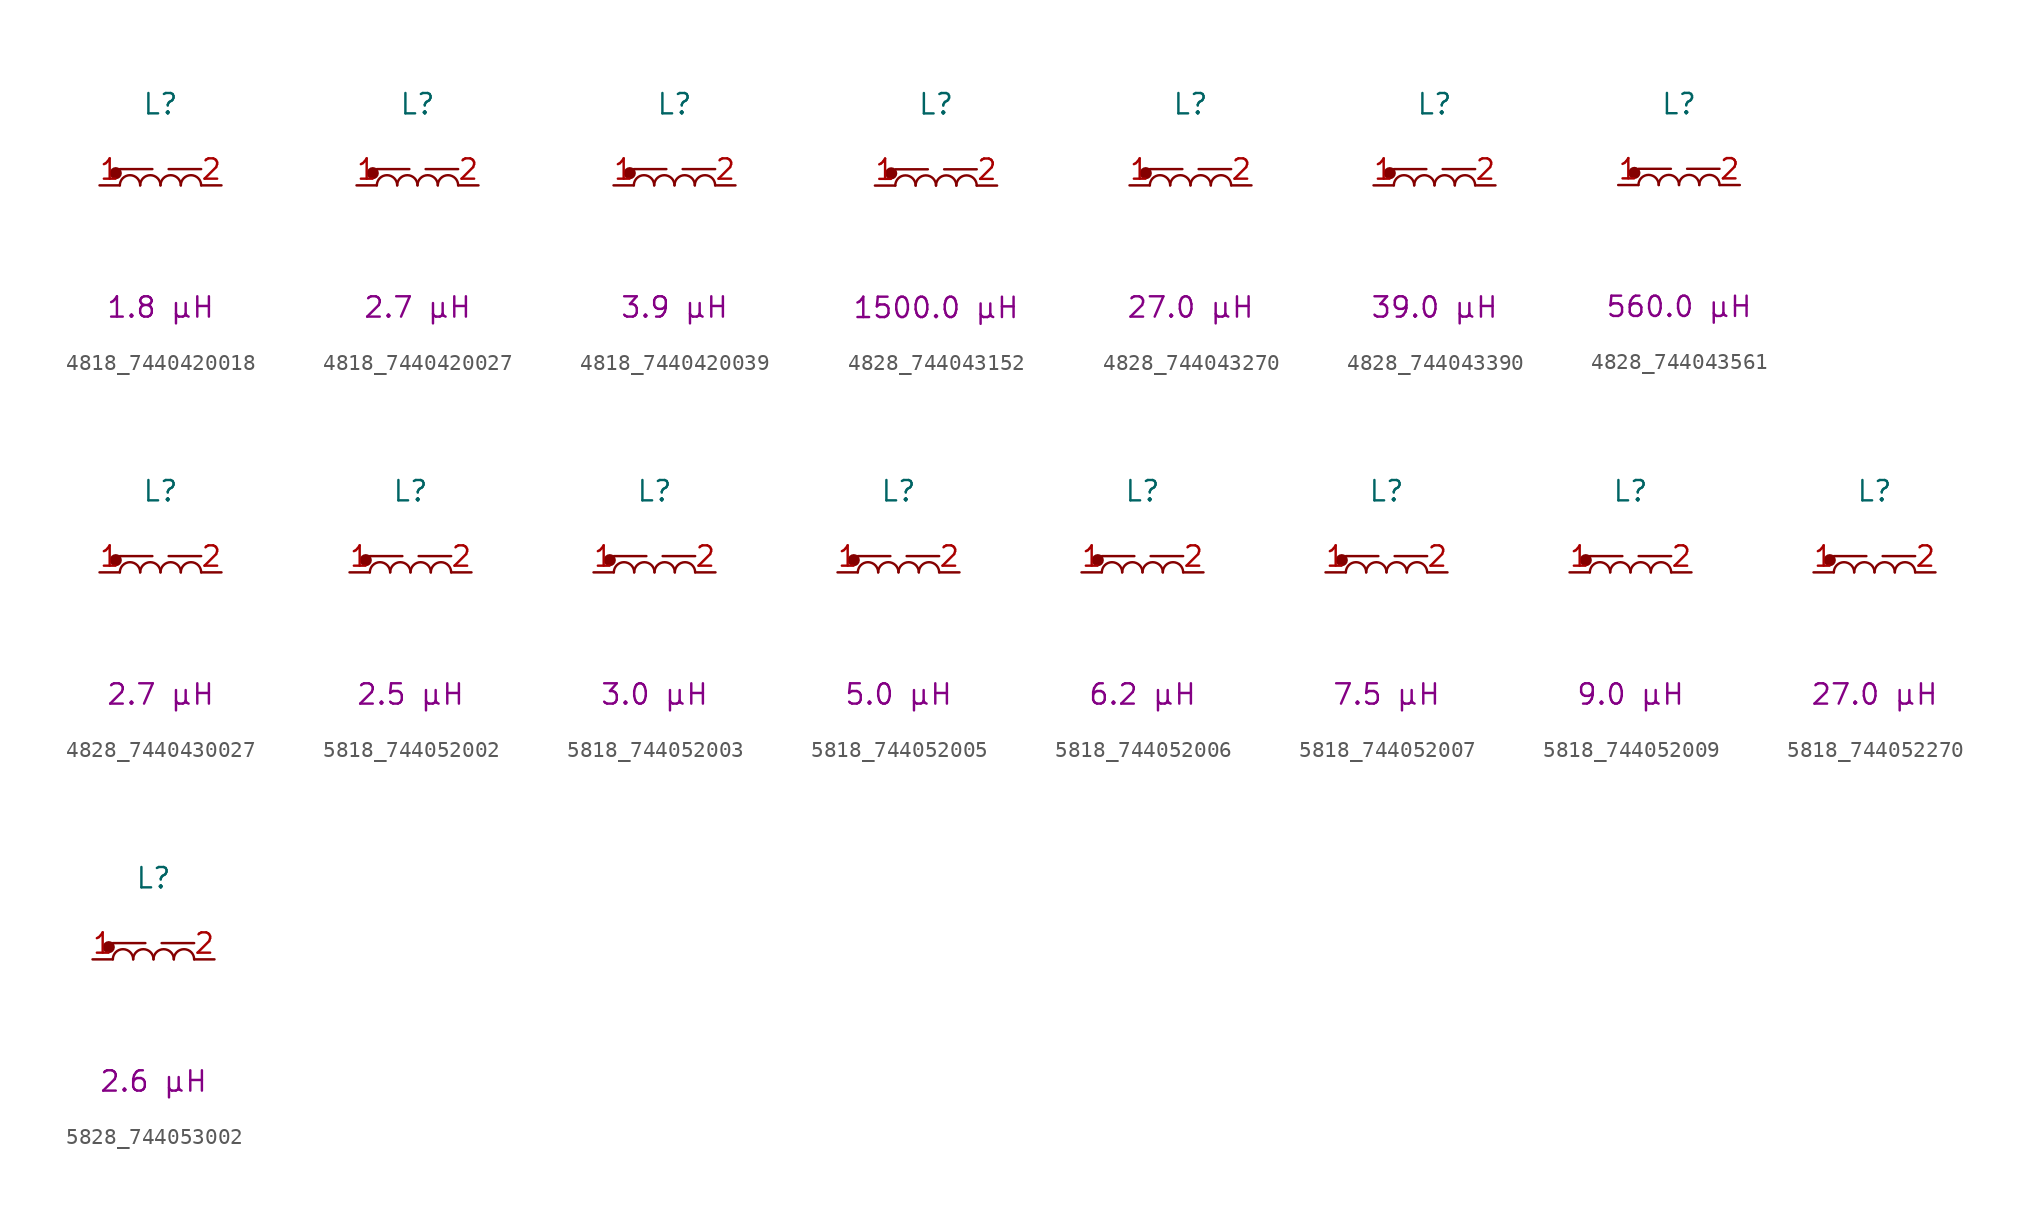
<source format=kicad_sym>
(kicad_symbol_lib
  (version 20220914)
  (generator kicad_symbol_editor)
  (symbol "4818_7440420018"
    (pin_names hide)
    (property "Reference" "L"
      (at 0 5.08 0)
      (effects (font (size 1.27 1.27))))
    (property "Critical Parameter" "1.8 µH"
      (at 0 -7.62 0)
      (effects (font (size 1.27 1.27))))
    (symbol "4818_7440420018_0_1"
      (arc (start -1.27 0) (mid -1.905 0.6323) (end -2.54 0) (stroke (width 0) (type default)) (fill (type none)))
      (arc (start 0 0) (mid -0.635 0.6323) (end -1.27 0) (stroke (width 0) (type default)) (fill (type none)))
      (polyline (pts (xy -2.54 1.016) (xy -0.508 1.016)) (stroke (width 0) (type default)) (fill (type none)))
      (arc (start 1.27 0) (mid 0.635 0.6323) (end 0 0) (stroke (width 0) (type default)) (fill (type none)))
      (arc (start 2.54 0) (mid 1.905 0.6323) (end 1.27 0) (stroke (width 0) (type default)) (fill (type none))))
    (symbol "4818_7440420018_1_1"
      (circle (center -2.794 0.762) (radius 0.0001) (stroke (width 0.381) (type default)) (fill (type none)))
      (polyline (pts (xy 2.54 1.016) (xy 0.508 1.016)) (stroke (width 0) (type default)) (fill (type none)))
      (pin passive line (at -3.81 0 0) (length 1.27) (name "1" (effects (font (size 1.27 1.27)))) (number "1" (effects (font (size 1.27 1.27)))))
      (pin passive line (at 3.81 0 180) (length 1.27) (name "2" (effects (font (size 1.27 1.27)))) (number "2" (effects (font (size 1.27 1.27)))))))
  (symbol "4818_7440420027"
    (pin_names hide)
    (property "Reference" "L"
      (at 0 5.08 0)
      (effects (font (size 1.27 1.27))))
    (property "Critical Parameter" "2.7 µH"
      (at 0 -7.62 0)
      (effects (font (size 1.27 1.27))))
    (symbol "4818_7440420027_0_1"
      (arc (start -1.27 0) (mid -1.905 0.6323) (end -2.54 0) (stroke (width 0) (type default)) (fill (type none)))
      (arc (start 0 0) (mid -0.635 0.6323) (end -1.27 0) (stroke (width 0) (type default)) (fill (type none)))
      (polyline (pts (xy -2.54 1.016) (xy -0.508 1.016)) (stroke (width 0) (type default)) (fill (type none)))
      (arc (start 1.27 0) (mid 0.635 0.6323) (end 0 0) (stroke (width 0) (type default)) (fill (type none)))
      (arc (start 2.54 0) (mid 1.905 0.6323) (end 1.27 0) (stroke (width 0) (type default)) (fill (type none))))
    (symbol "4818_7440420027_1_1"
      (circle (center -2.794 0.762) (radius 0.0001) (stroke (width 0.381) (type default)) (fill (type none)))
      (polyline (pts (xy 2.54 1.016) (xy 0.508 1.016)) (stroke (width 0) (type default)) (fill (type none)))
      (pin passive line (at -3.81 0 0) (length 1.27) (name "1" (effects (font (size 1.27 1.27)))) (number "1" (effects (font (size 1.27 1.27)))))
      (pin passive line (at 3.81 0 180) (length 1.27) (name "2" (effects (font (size 1.27 1.27)))) (number "2" (effects (font (size 1.27 1.27)))))))
  (symbol "4818_7440420039"
    (pin_names hide)
    (property "Reference" "L"
      (at 0 5.08 0)
      (effects (font (size 1.27 1.27))))
    (property "Critical Parameter" "3.9 µH"
      (at 0 -7.62 0)
      (effects (font (size 1.27 1.27))))
    (symbol "4818_7440420039_0_1"
      (arc (start -1.27 0) (mid -1.905 0.6323) (end -2.54 0) (stroke (width 0) (type default)) (fill (type none)))
      (arc (start 0 0) (mid -0.635 0.6323) (end -1.27 0) (stroke (width 0) (type default)) (fill (type none)))
      (polyline (pts (xy -2.54 1.016) (xy -0.508 1.016)) (stroke (width 0) (type default)) (fill (type none)))
      (arc (start 1.27 0) (mid 0.635 0.6323) (end 0 0) (stroke (width 0) (type default)) (fill (type none)))
      (arc (start 2.54 0) (mid 1.905 0.6323) (end 1.27 0) (stroke (width 0) (type default)) (fill (type none))))
    (symbol "4818_7440420039_1_1"
      (circle (center -2.794 0.762) (radius 0.0001) (stroke (width 0.381) (type default)) (fill (type none)))
      (polyline (pts (xy 2.54 1.016) (xy 0.508 1.016)) (stroke (width 0) (type default)) (fill (type none)))
      (pin passive line (at -3.81 0 0) (length 1.27) (name "1" (effects (font (size 1.27 1.27)))) (number "1" (effects (font (size 1.27 1.27)))))
      (pin passive line (at 3.81 0 180) (length 1.27) (name "2" (effects (font (size 1.27 1.27)))) (number "2" (effects (font (size 1.27 1.27)))))))
  (symbol "4828_744043152"
    (pin_names hide)
    (property "Reference" "L"
      (at 0 5.08 0)
      (effects (font (size 1.27 1.27))))
    (property "Critical Parameter" "1500.0 µH"
      (at 0 -7.62 0)
      (effects (font (size 1.27 1.27))))
    (symbol "4828_744043152_0_1"
      (arc (start -1.27 0) (mid -1.905 0.6323) (end -2.54 0) (stroke (width 0) (type default)) (fill (type none)))
      (arc (start 0 0) (mid -0.635 0.6323) (end -1.27 0) (stroke (width 0) (type default)) (fill (type none)))
      (polyline (pts (xy -2.54 1.016) (xy -0.508 1.016)) (stroke (width 0) (type default)) (fill (type none)))
      (arc (start 1.27 0) (mid 0.635 0.6323) (end 0 0) (stroke (width 0) (type default)) (fill (type none)))
      (arc (start 2.54 0) (mid 1.905 0.6323) (end 1.27 0) (stroke (width 0) (type default)) (fill (type none))))
    (symbol "4828_744043152_1_1"
      (circle (center -2.794 0.762) (radius 0.0001) (stroke (width 0.381) (type default)) (fill (type none)))
      (polyline (pts (xy 2.54 1.016) (xy 0.508 1.016)) (stroke (width 0) (type default)) (fill (type none)))
      (pin passive line (at -3.81 0 0) (length 1.27) (name "1" (effects (font (size 1.27 1.27)))) (number "1" (effects (font (size 1.27 1.27)))))
      (pin passive line (at 3.81 0 180) (length 1.27) (name "2" (effects (font (size 1.27 1.27)))) (number "2" (effects (font (size 1.27 1.27)))))))
  (symbol "4828_744043270"
    (pin_names hide)
    (property "Reference" "L"
      (at 0 5.08 0)
      (effects (font (size 1.27 1.27))))
    (property "Critical Parameter" "27.0 µH"
      (at 0 -7.62 0)
      (effects (font (size 1.27 1.27))))
    (symbol "4828_744043270_0_1"
      (arc (start -1.27 0) (mid -1.905 0.6323) (end -2.54 0) (stroke (width 0) (type default)) (fill (type none)))
      (arc (start 0 0) (mid -0.635 0.6323) (end -1.27 0) (stroke (width 0) (type default)) (fill (type none)))
      (polyline (pts (xy -2.54 1.016) (xy -0.508 1.016)) (stroke (width 0) (type default)) (fill (type none)))
      (arc (start 1.27 0) (mid 0.635 0.6323) (end 0 0) (stroke (width 0) (type default)) (fill (type none)))
      (arc (start 2.54 0) (mid 1.905 0.6323) (end 1.27 0) (stroke (width 0) (type default)) (fill (type none))))
    (symbol "4828_744043270_1_1"
      (circle (center -2.794 0.762) (radius 0.0001) (stroke (width 0.381) (type default)) (fill (type none)))
      (polyline (pts (xy 2.54 1.016) (xy 0.508 1.016)) (stroke (width 0) (type default)) (fill (type none)))
      (pin passive line (at -3.81 0 0) (length 1.27) (name "1" (effects (font (size 1.27 1.27)))) (number "1" (effects (font (size 1.27 1.27)))))
      (pin passive line (at 3.81 0 180) (length 1.27) (name "2" (effects (font (size 1.27 1.27)))) (number "2" (effects (font (size 1.27 1.27)))))))
  (symbol "4828_744043390"
    (pin_names hide)
    (property "Reference" "L"
      (at 0 5.08 0)
      (effects (font (size 1.27 1.27))))
    (property "Critical Parameter" "39.0 µH"
      (at 0 -7.62 0)
      (effects (font (size 1.27 1.27))))
    (symbol "4828_744043390_0_1"
      (arc (start -1.27 0) (mid -1.905 0.6323) (end -2.54 0) (stroke (width 0) (type default)) (fill (type none)))
      (arc (start 0 0) (mid -0.635 0.6323) (end -1.27 0) (stroke (width 0) (type default)) (fill (type none)))
      (polyline (pts (xy -2.54 1.016) (xy -0.508 1.016)) (stroke (width 0) (type default)) (fill (type none)))
      (arc (start 1.27 0) (mid 0.635 0.6323) (end 0 0) (stroke (width 0) (type default)) (fill (type none)))
      (arc (start 2.54 0) (mid 1.905 0.6323) (end 1.27 0) (stroke (width 0) (type default)) (fill (type none))))
    (symbol "4828_744043390_1_1"
      (circle (center -2.794 0.762) (radius 0.0001) (stroke (width 0.381) (type default)) (fill (type none)))
      (polyline (pts (xy 2.54 1.016) (xy 0.508 1.016)) (stroke (width 0) (type default)) (fill (type none)))
      (pin passive line (at -3.81 0 0) (length 1.27) (name "1" (effects (font (size 1.27 1.27)))) (number "1" (effects (font (size 1.27 1.27)))))
      (pin passive line (at 3.81 0 180) (length 1.27) (name "2" (effects (font (size 1.27 1.27)))) (number "2" (effects (font (size 1.27 1.27)))))))
  (symbol "4828_744043561"
    (pin_names hide)
    (property "Reference" "L"
      (at 0 5.08 0)
      (effects (font (size 1.27 1.27))))
    (property "Critical Parameter" "560.0 µH"
      (at 0 -7.62 0)
      (effects (font (size 1.27 1.27))))
    (symbol "4828_744043561_0_1"
      (arc (start -1.27 0) (mid -1.905 0.6323) (end -2.54 0) (stroke (width 0) (type default)) (fill (type none)))
      (arc (start 0 0) (mid -0.635 0.6323) (end -1.27 0) (stroke (width 0) (type default)) (fill (type none)))
      (polyline (pts (xy -2.54 1.016) (xy -0.508 1.016)) (stroke (width 0) (type default)) (fill (type none)))
      (arc (start 1.27 0) (mid 0.635 0.6323) (end 0 0) (stroke (width 0) (type default)) (fill (type none)))
      (arc (start 2.54 0) (mid 1.905 0.6323) (end 1.27 0) (stroke (width 0) (type default)) (fill (type none))))
    (symbol "4828_744043561_1_1"
      (circle (center -2.794 0.762) (radius 0.0001) (stroke (width 0.381) (type default)) (fill (type none)))
      (polyline (pts (xy 2.54 1.016) (xy 0.508 1.016)) (stroke (width 0) (type default)) (fill (type none)))
      (pin passive line (at -3.81 0 0) (length 1.27) (name "1" (effects (font (size 1.27 1.27)))) (number "1" (effects (font (size 1.27 1.27)))))
      (pin passive line (at 3.81 0 180) (length 1.27) (name "2" (effects (font (size 1.27 1.27)))) (number "2" (effects (font (size 1.27 1.27)))))))
  (symbol "4828_7440430027"
    (pin_names hide)
    (property "Reference" "L"
      (at 0 5.08 0)
      (effects (font (size 1.27 1.27))))
    (property "Critical Parameter" "2.7 µH"
      (at 0 -7.62 0)
      (effects (font (size 1.27 1.27))))
    (symbol "4828_7440430027_0_1"
      (arc (start -1.27 0) (mid -1.905 0.6323) (end -2.54 0) (stroke (width 0) (type default)) (fill (type none)))
      (arc (start 0 0) (mid -0.635 0.6323) (end -1.27 0) (stroke (width 0) (type default)) (fill (type none)))
      (polyline (pts (xy -2.54 1.016) (xy -0.508 1.016)) (stroke (width 0) (type default)) (fill (type none)))
      (arc (start 1.27 0) (mid 0.635 0.6323) (end 0 0) (stroke (width 0) (type default)) (fill (type none)))
      (arc (start 2.54 0) (mid 1.905 0.6323) (end 1.27 0) (stroke (width 0) (type default)) (fill (type none))))
    (symbol "4828_7440430027_1_1"
      (circle (center -2.794 0.762) (radius 0.0001) (stroke (width 0.381) (type default)) (fill (type none)))
      (polyline (pts (xy 2.54 1.016) (xy 0.508 1.016)) (stroke (width 0) (type default)) (fill (type none)))
      (pin passive line (at -3.81 0 0) (length 1.27) (name "1" (effects (font (size 1.27 1.27)))) (number "1" (effects (font (size 1.27 1.27)))))
      (pin passive line (at 3.81 0 180) (length 1.27) (name "2" (effects (font (size 1.27 1.27)))) (number "2" (effects (font (size 1.27 1.27)))))))
  (symbol "5818_744052002"
    (pin_names hide)
    (property "Reference" "L"
      (at 0 5.08 0)
      (effects (font (size 1.27 1.27))))
    (property "Critical Parameter" "2.5 µH"
      (at 0 -7.62 0)
      (effects (font (size 1.27 1.27))))
    (symbol "5818_744052002_0_1"
      (arc (start -1.27 0) (mid -1.905 0.6323) (end -2.54 0) (stroke (width 0) (type default)) (fill (type none)))
      (arc (start 0 0) (mid -0.635 0.6323) (end -1.27 0) (stroke (width 0) (type default)) (fill (type none)))
      (polyline (pts (xy -2.54 1.016) (xy -0.508 1.016)) (stroke (width 0) (type default)) (fill (type none)))
      (arc (start 1.27 0) (mid 0.635 0.6323) (end 0 0) (stroke (width 0) (type default)) (fill (type none)))
      (arc (start 2.54 0) (mid 1.905 0.6323) (end 1.27 0) (stroke (width 0) (type default)) (fill (type none))))
    (symbol "5818_744052002_1_1"
      (circle (center -2.794 0.762) (radius 0.0001) (stroke (width 0.381) (type default)) (fill (type none)))
      (polyline (pts (xy 2.54 1.016) (xy 0.508 1.016)) (stroke (width 0) (type default)) (fill (type none)))
      (pin passive line (at -3.81 0 0) (length 1.27) (name "1" (effects (font (size 1.27 1.27)))) (number "1" (effects (font (size 1.27 1.27)))))
      (pin passive line (at 3.81 0 180) (length 1.27) (name "2" (effects (font (size 1.27 1.27)))) (number "2" (effects (font (size 1.27 1.27)))))))
  (symbol "5818_744052003"
    (pin_names hide)
    (property "Reference" "L"
      (at 0 5.08 0)
      (effects (font (size 1.27 1.27))))
    (property "Critical Parameter" "3.0 µH"
      (at 0 -7.62 0)
      (effects (font (size 1.27 1.27))))
    (symbol "5818_744052003_0_1"
      (arc (start -1.27 0) (mid -1.905 0.6323) (end -2.54 0) (stroke (width 0) (type default)) (fill (type none)))
      (arc (start 0 0) (mid -0.635 0.6323) (end -1.27 0) (stroke (width 0) (type default)) (fill (type none)))
      (polyline (pts (xy -2.54 1.016) (xy -0.508 1.016)) (stroke (width 0) (type default)) (fill (type none)))
      (arc (start 1.27 0) (mid 0.635 0.6323) (end 0 0) (stroke (width 0) (type default)) (fill (type none)))
      (arc (start 2.54 0) (mid 1.905 0.6323) (end 1.27 0) (stroke (width 0) (type default)) (fill (type none))))
    (symbol "5818_744052003_1_1"
      (circle (center -2.794 0.762) (radius 0.0001) (stroke (width 0.381) (type default)) (fill (type none)))
      (polyline (pts (xy 2.54 1.016) (xy 0.508 1.016)) (stroke (width 0) (type default)) (fill (type none)))
      (pin passive line (at -3.81 0 0) (length 1.27) (name "1" (effects (font (size 1.27 1.27)))) (number "1" (effects (font (size 1.27 1.27)))))
      (pin passive line (at 3.81 0 180) (length 1.27) (name "2" (effects (font (size 1.27 1.27)))) (number "2" (effects (font (size 1.27 1.27)))))))
  (symbol "5818_744052005"
    (pin_names hide)
    (property "Reference" "L"
      (at 0 5.08 0)
      (effects (font (size 1.27 1.27))))
    (property "Critical Parameter" "5.0 µH"
      (at 0 -7.62 0)
      (effects (font (size 1.27 1.27))))
    (symbol "5818_744052005_0_1"
      (arc (start -1.27 0) (mid -1.905 0.6323) (end -2.54 0) (stroke (width 0) (type default)) (fill (type none)))
      (arc (start 0 0) (mid -0.635 0.6323) (end -1.27 0) (stroke (width 0) (type default)) (fill (type none)))
      (polyline (pts (xy -2.54 1.016) (xy -0.508 1.016)) (stroke (width 0) (type default)) (fill (type none)))
      (arc (start 1.27 0) (mid 0.635 0.6323) (end 0 0) (stroke (width 0) (type default)) (fill (type none)))
      (arc (start 2.54 0) (mid 1.905 0.6323) (end 1.27 0) (stroke (width 0) (type default)) (fill (type none))))
    (symbol "5818_744052005_1_1"
      (circle (center -2.794 0.762) (radius 0.0001) (stroke (width 0.381) (type default)) (fill (type none)))
      (polyline (pts (xy 2.54 1.016) (xy 0.508 1.016)) (stroke (width 0) (type default)) (fill (type none)))
      (pin passive line (at -3.81 0 0) (length 1.27) (name "1" (effects (font (size 1.27 1.27)))) (number "1" (effects (font (size 1.27 1.27)))))
      (pin passive line (at 3.81 0 180) (length 1.27) (name "2" (effects (font (size 1.27 1.27)))) (number "2" (effects (font (size 1.27 1.27)))))))
  (symbol "5818_744052006"
    (pin_names hide)
    (property "Reference" "L"
      (at 0 5.08 0)
      (effects (font (size 1.27 1.27))))
    (property "Critical Parameter" "6.2 µH"
      (at 0 -7.62 0)
      (effects (font (size 1.27 1.27))))
    (symbol "5818_744052006_0_1"
      (arc (start -1.27 0) (mid -1.905 0.6323) (end -2.54 0) (stroke (width 0) (type default)) (fill (type none)))
      (arc (start 0 0) (mid -0.635 0.6323) (end -1.27 0) (stroke (width 0) (type default)) (fill (type none)))
      (polyline (pts (xy -2.54 1.016) (xy -0.508 1.016)) (stroke (width 0) (type default)) (fill (type none)))
      (arc (start 1.27 0) (mid 0.635 0.6323) (end 0 0) (stroke (width 0) (type default)) (fill (type none)))
      (arc (start 2.54 0) (mid 1.905 0.6323) (end 1.27 0) (stroke (width 0) (type default)) (fill (type none))))
    (symbol "5818_744052006_1_1"
      (circle (center -2.794 0.762) (radius 0.0001) (stroke (width 0.381) (type default)) (fill (type none)))
      (polyline (pts (xy 2.54 1.016) (xy 0.508 1.016)) (stroke (width 0) (type default)) (fill (type none)))
      (pin passive line (at -3.81 0 0) (length 1.27) (name "1" (effects (font (size 1.27 1.27)))) (number "1" (effects (font (size 1.27 1.27)))))
      (pin passive line (at 3.81 0 180) (length 1.27) (name "2" (effects (font (size 1.27 1.27)))) (number "2" (effects (font (size 1.27 1.27)))))))
  (symbol "5818_744052007"
    (pin_names hide)
    (property "Reference" "L"
      (at 0 5.08 0)
      (effects (font (size 1.27 1.27))))
    (property "Critical Parameter" "7.5 µH"
      (at 0 -7.62 0)
      (effects (font (size 1.27 1.27))))
    (symbol "5818_744052007_0_1"
      (arc (start -1.27 0) (mid -1.905 0.6323) (end -2.54 0) (stroke (width 0) (type default)) (fill (type none)))
      (arc (start 0 0) (mid -0.635 0.6323) (end -1.27 0) (stroke (width 0) (type default)) (fill (type none)))
      (polyline (pts (xy -2.54 1.016) (xy -0.508 1.016)) (stroke (width 0) (type default)) (fill (type none)))
      (arc (start 1.27 0) (mid 0.635 0.6323) (end 0 0) (stroke (width 0) (type default)) (fill (type none)))
      (arc (start 2.54 0) (mid 1.905 0.6323) (end 1.27 0) (stroke (width 0) (type default)) (fill (type none))))
    (symbol "5818_744052007_1_1"
      (circle (center -2.794 0.762) (radius 0.0001) (stroke (width 0.381) (type default)) (fill (type none)))
      (polyline (pts (xy 2.54 1.016) (xy 0.508 1.016)) (stroke (width 0) (type default)) (fill (type none)))
      (pin passive line (at -3.81 0 0) (length 1.27) (name "1" (effects (font (size 1.27 1.27)))) (number "1" (effects (font (size 1.27 1.27)))))
      (pin passive line (at 3.81 0 180) (length 1.27) (name "2" (effects (font (size 1.27 1.27)))) (number "2" (effects (font (size 1.27 1.27)))))))
  (symbol "5818_744052009"
    (pin_names hide)
    (property "Reference" "L"
      (at 0 5.08 0)
      (effects (font (size 1.27 1.27))))
    (property "Critical Parameter" "9.0 µH"
      (at 0 -7.62 0)
      (effects (font (size 1.27 1.27))))
    (symbol "5818_744052009_0_1"
      (arc (start -1.27 0) (mid -1.905 0.6323) (end -2.54 0) (stroke (width 0) (type default)) (fill (type none)))
      (arc (start 0 0) (mid -0.635 0.6323) (end -1.27 0) (stroke (width 0) (type default)) (fill (type none)))
      (polyline (pts (xy -2.54 1.016) (xy -0.508 1.016)) (stroke (width 0) (type default)) (fill (type none)))
      (arc (start 1.27 0) (mid 0.635 0.6323) (end 0 0) (stroke (width 0) (type default)) (fill (type none)))
      (arc (start 2.54 0) (mid 1.905 0.6323) (end 1.27 0) (stroke (width 0) (type default)) (fill (type none))))
    (symbol "5818_744052009_1_1"
      (circle (center -2.794 0.762) (radius 0.0001) (stroke (width 0.381) (type default)) (fill (type none)))
      (polyline (pts (xy 2.54 1.016) (xy 0.508 1.016)) (stroke (width 0) (type default)) (fill (type none)))
      (pin passive line (at -3.81 0 0) (length 1.27) (name "1" (effects (font (size 1.27 1.27)))) (number "1" (effects (font (size 1.27 1.27)))))
      (pin passive line (at 3.81 0 180) (length 1.27) (name "2" (effects (font (size 1.27 1.27)))) (number "2" (effects (font (size 1.27 1.27)))))))
  (symbol "5818_744052270"
    (pin_names hide)
    (property "Reference" "L"
      (at 0 5.08 0)
      (effects (font (size 1.27 1.27))))
    (property "Critical Parameter" "27.0 µH"
      (at 0 -7.62 0)
      (effects (font (size 1.27 1.27))))
    (symbol "5818_744052270_0_1"
      (arc (start -1.27 0) (mid -1.905 0.6323) (end -2.54 0) (stroke (width 0) (type default)) (fill (type none)))
      (arc (start 0 0) (mid -0.635 0.6323) (end -1.27 0) (stroke (width 0) (type default)) (fill (type none)))
      (polyline (pts (xy -2.54 1.016) (xy -0.508 1.016)) (stroke (width 0) (type default)) (fill (type none)))
      (arc (start 1.27 0) (mid 0.635 0.6323) (end 0 0) (stroke (width 0) (type default)) (fill (type none)))
      (arc (start 2.54 0) (mid 1.905 0.6323) (end 1.27 0) (stroke (width 0) (type default)) (fill (type none))))
    (symbol "5818_744052270_1_1"
      (circle (center -2.794 0.762) (radius 0.0001) (stroke (width 0.381) (type default)) (fill (type none)))
      (polyline (pts (xy 2.54 1.016) (xy 0.508 1.016)) (stroke (width 0) (type default)) (fill (type none)))
      (pin passive line (at -3.81 0 0) (length 1.27) (name "1" (effects (font (size 1.27 1.27)))) (number "1" (effects (font (size 1.27 1.27)))))
      (pin passive line (at 3.81 0 180) (length 1.27) (name "2" (effects (font (size 1.27 1.27)))) (number "2" (effects (font (size 1.27 1.27)))))))
  (symbol "5828_744053002"
    (pin_names hide)
    (property "Reference" "L"
      (at 0 5.08 0)
      (effects (font (size 1.27 1.27))))
    (property "Critical Parameter" "2.6 µH"
      (at 0 -7.62 0)
      (effects (font (size 1.27 1.27))))
    (symbol "5828_744053002_0_1"
      (arc (start -1.27 0) (mid -1.905 0.6323) (end -2.54 0) (stroke (width 0) (type default)) (fill (type none)))
      (arc (start 0 0) (mid -0.635 0.6323) (end -1.27 0) (stroke (width 0) (type default)) (fill (type none)))
      (polyline (pts (xy -2.54 1.016) (xy -0.508 1.016)) (stroke (width 0) (type default)) (fill (type none)))
      (arc (start 1.27 0) (mid 0.635 0.6323) (end 0 0) (stroke (width 0) (type default)) (fill (type none)))
      (arc (start 2.54 0) (mid 1.905 0.6323) (end 1.27 0) (stroke (width 0) (type default)) (fill (type none))))
    (symbol "5828_744053002_1_1"
      (circle (center -2.794 0.762) (radius 0.0001) (stroke (width 0.381) (type default)) (fill (type none)))
      (polyline (pts (xy 2.54 1.016) (xy 0.508 1.016)) (stroke (width 0) (type default)) (fill (type none)))
      (pin passive line (at -3.81 0 0) (length 1.27) (name "1" (effects (font (size 1.27 1.27)))) (number "1" (effects (font (size 1.27 1.27)))))
      (pin passive line (at 3.81 0 180) (length 1.27) (name "2" (effects (font (size 1.27 1.27)))) (number "2" (effects (font (size 1.27 1.27))))))))
</source>
